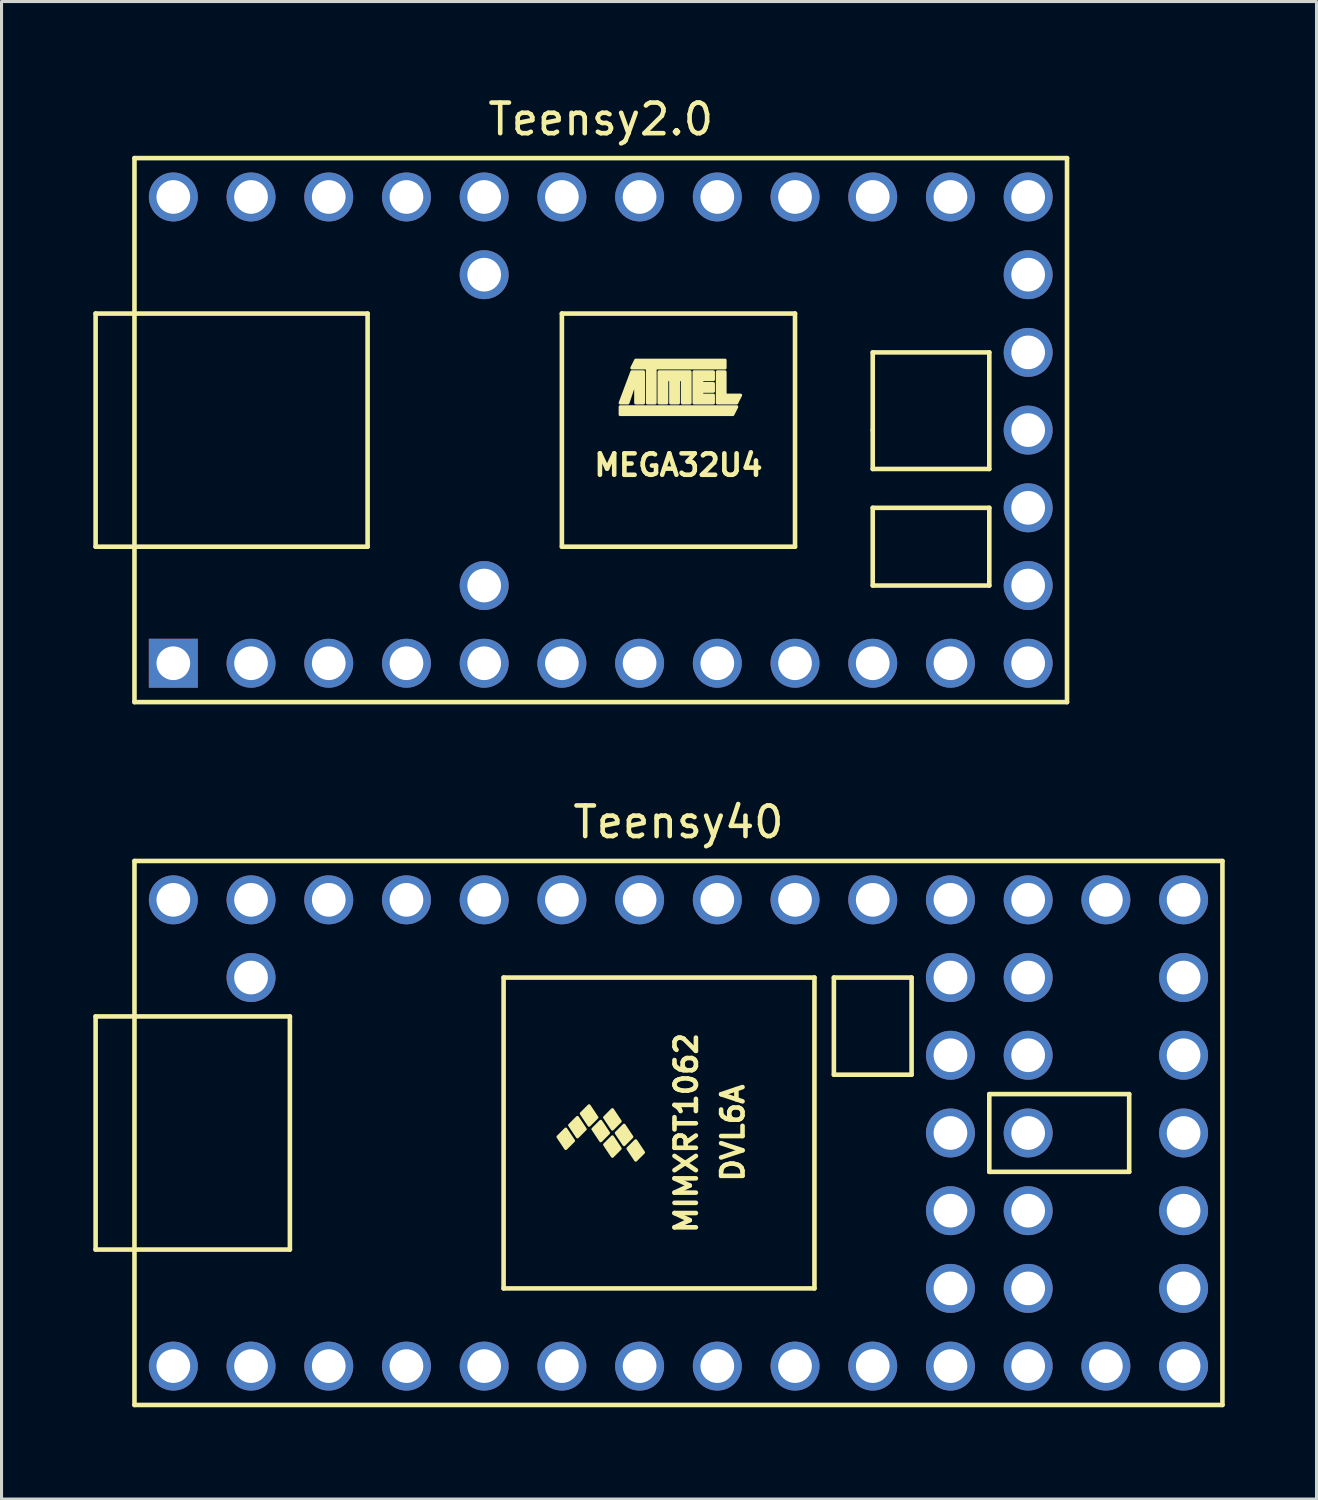
<source format=kicad_pcb>
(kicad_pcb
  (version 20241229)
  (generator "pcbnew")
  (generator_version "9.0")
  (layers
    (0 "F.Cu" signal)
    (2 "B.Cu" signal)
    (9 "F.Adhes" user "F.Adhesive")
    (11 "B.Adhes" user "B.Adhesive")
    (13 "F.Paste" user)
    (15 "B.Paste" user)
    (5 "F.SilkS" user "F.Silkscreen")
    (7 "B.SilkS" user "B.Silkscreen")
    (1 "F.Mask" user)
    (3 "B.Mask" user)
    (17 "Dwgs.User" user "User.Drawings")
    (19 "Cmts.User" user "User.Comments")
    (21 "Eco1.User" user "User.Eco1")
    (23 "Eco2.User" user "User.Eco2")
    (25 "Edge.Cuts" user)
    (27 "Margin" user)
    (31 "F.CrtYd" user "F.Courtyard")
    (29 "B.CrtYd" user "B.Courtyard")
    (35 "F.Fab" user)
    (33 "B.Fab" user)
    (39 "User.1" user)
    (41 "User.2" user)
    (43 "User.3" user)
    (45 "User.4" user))
  (footprint "Teensy40"
    (layer "F.Cu")
    (at 19.125 33.981)
    (property "Reference" "Teensy40" (at 0 -10.16 0) (layer "F.SilkS") (effects (font (size 1 1) (thickness 0.15))))
    (attr through_hole)
    (fp_line (start -19.05 -3.81) (end -17.78 -3.81) (stroke (width 0.15) (type solid)) (layer "F.SilkS"))
    (fp_line (start -19.05 3.81) (end -19.05 -3.81) (stroke (width 0.15) (type solid)) (layer "F.SilkS"))
    (fp_line (start -17.78 -8.89) (end 17.78 -8.89) (stroke (width 0.15) (type solid)) (layer "F.SilkS"))
    (fp_line (start -17.78 3.81) (end -19.05 3.81) (stroke (width 0.15) (type solid)) (layer "F.SilkS"))
    (fp_line (start -17.78 8.89) (end -17.78 -8.89) (stroke (width 0.15) (type solid)) (layer "F.SilkS"))
    (fp_line (start -12.7 -3.81) (end -17.78 -3.81) (stroke (width 0.15) (type solid)) (layer "F.SilkS"))
    (fp_line (start -12.7 3.81) (end -17.78 3.81) (stroke (width 0.15) (type solid)) (layer "F.SilkS"))
    (fp_line (start -12.7 3.81) (end -12.7 -3.81) (stroke (width 0.15) (type solid)) (layer "F.SilkS"))
    (fp_line (start -5.715 -5.08) (end -5.715 5.08) (stroke (width 0.15) (type solid)) (layer "F.SilkS"))
    (fp_line (start 4.445 -5.08) (end -5.715 -5.08) (stroke (width 0.15) (type solid)) (layer "F.SilkS"))
    (fp_line (start 4.445 5.08) (end -5.715 5.08) (stroke (width 0.15) (type solid)) (layer "F.SilkS"))
    (fp_line (start 4.445 5.08) (end 4.445 -5.08) (stroke (width 0.15) (type solid)) (layer "F.SilkS"))
    (fp_line (start 5.08 -5.08) (end 7.62 -5.08) (stroke (width 0.15) (type solid)) (layer "F.SilkS"))
    (fp_line (start 5.08 -1.905) (end 5.08 -5.08) (stroke (width 0.15) (type solid)) (layer "F.SilkS"))
    (fp_line (start 7.62 -5.08) (end 7.62 -1.905) (stroke (width 0.15) (type solid)) (layer "F.SilkS"))
    (fp_line (start 7.62 -1.905) (end 5.08 -1.905) (stroke (width 0.15) (type solid)) (layer "F.SilkS"))
    (fp_line (start 10.16 -1.27) (end 14.732 -1.27) (stroke (width 0.15) (type solid)) (layer "F.SilkS"))
    (fp_line (start 10.16 1.27) (end 10.16 -1.27) (stroke (width 0.15) (type solid)) (layer "F.SilkS"))
    (fp_line (start 14.732 -1.27) (end 14.732 1.27) (stroke (width 0.15) (type solid)) (layer "F.SilkS"))
    (fp_line (start 14.732 1.27) (end 10.16 1.27) (stroke (width 0.15) (type solid)) (layer "F.SilkS"))
    (fp_line (start 17.78 -8.89) (end 17.78 8.89) (stroke (width 0.15) (type solid)) (layer "F.SilkS"))
    (fp_line (start 17.78 8.89) (end -17.78 8.89) (stroke (width 0.15) (type solid)) (layer "F.SilkS"))
    (fp_poly (pts (xy -3.937 0.127) (xy -3.683 -0.127) (xy -3.429 0.254) (xy -3.683 0.508)) (stroke (width 0.1) (type solid)) (fill yes) (layer "F.SilkS"))
    (fp_poly (pts (xy -3.556 -0.254) (xy -3.302 -0.508) (xy -3.048 -0.127) (xy -3.302 0.127)) (stroke (width 0.1) (type solid)) (fill yes) (layer "F.SilkS"))
    (fp_poly (pts (xy -3.175 -0.635) (xy -2.921 -0.889) (xy -2.667 -0.508) (xy -2.921 -0.254)) (stroke (width 0.1) (type solid)) (fill yes) (layer "F.SilkS"))
    (fp_poly (pts (xy -2.794 -0.127) (xy -2.54 -0.381) (xy -2.286 0) (xy -2.54 0.254)) (stroke (width 0.1) (type solid)) (fill yes) (layer "F.SilkS"))
    (fp_poly (pts (xy -2.413 -0.508) (xy -2.159 -0.762) (xy -1.905 -0.381) (xy -2.159 -0.127)) (stroke (width 0.1) (type solid)) (fill yes) (layer "F.SilkS"))
    (fp_poly (pts (xy -2.413 0.381) (xy -2.159 0.127) (xy -1.905 0.508) (xy -2.159 0.762)) (stroke (width 0.1) (type solid)) (fill yes) (layer "F.SilkS"))
    (fp_poly (pts (xy -2.032 0) (xy -1.778 -0.254) (xy -1.524 0.127) (xy -1.778 0.381)) (stroke (width 0.1) (type solid)) (fill yes) (layer "F.SilkS"))
    (fp_poly (pts (xy -1.651 0.508) (xy -1.397 0.254) (xy -1.143 0.635) (xy -1.397 0.889)) (stroke (width 0.1) (type solid)) (fill yes) (layer "F.SilkS"))
    (fp_text user "DVL6A" (at 1.778 0 90) (layer "F.SilkS") (effects (font (size 0.7 0.7) (thickness 0.15))))
    (fp_text user "MIMXRT1062" (at 0.254 0 90) (layer "F.SilkS") (effects (font (size 0.7 0.7) (thickness 0.15))))
    (pad "1" thru_hole circle (at -16.51 7.62) (size 1.6 1.6) (drill 1.1) (layers "*.Cu" "*.Mask"))
    (pad "2" thru_hole circle (at -13.97 7.62) (size 1.6 1.6) (drill 1.1) (layers "*.Cu" "*.Mask"))
    (pad "3" thru_hole circle (at -11.43 7.62) (size 1.6 1.6) (drill 1.1) (layers "*.Cu" "*.Mask"))
    (pad "4" thru_hole circle (at -8.89 7.62) (size 1.6 1.6) (drill 1.1) (layers "*.Cu" "*.Mask"))
    (pad "5" thru_hole circle (at -6.35 7.62) (size 1.6 1.6) (drill 1.1) (layers "*.Cu" "*.Mask"))
    (pad "6" thru_hole circle (at -3.81 7.62) (size 1.6 1.6) (drill 1.1) (layers "*.Cu" "*.Mask"))
    (pad "7" thru_hole circle (at -1.27 7.62) (size 1.6 1.6) (drill 1.1) (layers "*.Cu" "*.Mask"))
    (pad "8" thru_hole circle (at 1.27 7.62) (size 1.6 1.6) (drill 1.1) (layers "*.Cu" "*.Mask"))
    (pad "9" thru_hole circle (at 3.81 7.62) (size 1.6 1.6) (drill 1.1) (layers "*.Cu" "*.Mask"))
    (pad "10" thru_hole circle (at 6.35 7.62) (size 1.6 1.6) (drill 1.1) (layers "*.Cu" "*.Mask"))
    (pad "11" thru_hole circle (at 8.89 7.62) (size 1.6 1.6) (drill 1.1) (layers "*.Cu" "*.Mask"))
    (pad "12" thru_hole circle (at 11.43 7.62) (size 1.6 1.6) (drill 1.1) (layers "*.Cu" "*.Mask"))
    (pad "13" thru_hole circle (at 13.97 7.62) (size 1.6 1.6) (drill 1.1) (layers "*.Cu" "*.Mask"))
    (pad "14" thru_hole circle (at 16.51 7.62) (size 1.6 1.6) (drill 1.1) (layers "*.Cu" "*.Mask"))
    (pad "15" thru_hole circle (at 16.51 5.08) (size 1.6 1.6) (drill 1.1) (layers "*.Cu" "*.Mask"))
    (pad "16" thru_hole circle (at 16.51 2.54) (size 1.6 1.6) (drill 1.1) (layers "*.Cu" "*.Mask"))
    (pad "17" thru_hole circle (at 16.51 0) (size 1.6 1.6) (drill 1.1) (layers "*.Cu" "*.Mask"))
    (pad "18" thru_hole circle (at 16.51 -2.54) (size 1.6 1.6) (drill 1.1) (layers "*.Cu" "*.Mask"))
    (pad "19" thru_hole circle (at 16.51 -5.08) (size 1.6 1.6) (drill 1.1) (layers "*.Cu" "*.Mask"))
    (pad "20" thru_hole circle (at 16.51 -7.62) (size 1.6 1.6) (drill 1.1) (layers "*.Cu" "*.Mask"))
    (pad "21" thru_hole circle (at 13.97 -7.62) (size 1.6 1.6) (drill 1.1) (layers "*.Cu" "*.Mask"))
    (pad "22" thru_hole circle (at 11.43 -7.62) (size 1.6 1.6) (drill 1.1) (layers "*.Cu" "*.Mask"))
    (pad "23" thru_hole circle (at 8.89 -7.62) (size 1.6 1.6) (drill 1.1) (layers "*.Cu" "*.Mask"))
    (pad "24" thru_hole circle (at 6.35 -7.62) (size 1.6 1.6) (drill 1.1) (layers "*.Cu" "*.Mask"))
    (pad "25" thru_hole circle (at 3.81 -7.62) (size 1.6 1.6) (drill 1.1) (layers "*.Cu" "*.Mask"))
    (pad "26" thru_hole circle (at 1.27 -7.62) (size 1.6 1.6) (drill 1.1) (layers "*.Cu" "*.Mask"))
    (pad "27" thru_hole circle (at -1.27 -7.62) (size 1.6 1.6) (drill 1.1) (layers "*.Cu" "*.Mask"))
    (pad "28" thru_hole circle (at -3.81 -7.62) (size 1.6 1.6) (drill 1.1) (layers "*.Cu" "*.Mask"))
    (pad "29" thru_hole circle (at -6.35 -7.62) (size 1.6 1.6) (drill 1.1) (layers "*.Cu" "*.Mask"))
    (pad "30" thru_hole circle (at -8.89 -7.62) (size 1.6 1.6) (drill 1.1) (layers "*.Cu" "*.Mask"))
    (pad "31" thru_hole circle (at -11.43 -7.62) (size 1.6 1.6) (drill 1.1) (layers "*.Cu" "*.Mask"))
    (pad "32" thru_hole circle (at -13.97 -7.62) (size 1.6 1.6) (drill 1.1) (layers "*.Cu" "*.Mask"))
    (pad "33" thru_hole circle (at -16.51 -7.62) (size 1.6 1.6) (drill 1.1) (layers "*.Cu" "*.Mask"))
    (pad "34" thru_hole circle (at -13.97 -5.08) (size 1.6 1.6) (drill 1.1) (layers "*.Cu" "*.Mask"))
    (pad "35" thru_hole circle (at 11.43 -5.08) (size 1.6 1.6) (drill 1.1) (layers "*.Cu" "*.Mask"))
    (pad "36" thru_hole circle (at 8.89 -5.08) (size 1.6 1.6) (drill 1.1) (layers "*.Cu" "*.Mask"))
    (pad "37" thru_hole circle (at 11.43 -2.54) (size 1.6 1.6) (drill 1.1) (layers "*.Cu" "*.Mask"))
    (pad "38" thru_hole circle (at 8.89 -2.54) (size 1.6 1.6) (drill 1.1) (layers "*.Cu" "*.Mask"))
    (pad "39" thru_hole circle (at 11.43 0) (size 1.6 1.6) (drill 1.1) (layers "*.Cu" "*.Mask"))
    (pad "40" thru_hole circle (at 8.89 0) (size 1.6 1.6) (drill 1.1) (layers "*.Cu" "*.Mask"))
    (pad "41" thru_hole circle (at 11.43 2.54) (size 1.6 1.6) (drill 1.1) (layers "*.Cu" "*.Mask"))
    (pad "42" thru_hole circle (at 8.89 2.54) (size 1.6 1.6) (drill 1.1) (layers "*.Cu" "*.Mask"))
    (pad "43" thru_hole circle (at 11.43 5.08) (size 1.6 1.6) (drill 1.1) (layers "*.Cu" "*.Mask"))
    (pad "44" thru_hole circle (at 8.89 5.08) (size 1.6 1.6) (drill 1.1) (layers "*.Cu" "*.Mask")))
  (footprint "Teensy2.0"
    (layer "F.Cu")
    (at 16.585 11.008)
    (property "Reference" "Teensy2.0" (at 0 -10.16 0) (layer "F.SilkS") (effects (font (size 1 1) (thickness 0.15))))
    (attr through_hole)
    (fp_line (start -16.51 -3.81) (end -7.62 -3.81) (stroke (width 0.15) (type solid)) (layer "F.SilkS"))
    (fp_line (start -16.51 3.81) (end -16.51 -3.81) (stroke (width 0.15) (type solid)) (layer "F.SilkS"))
    (fp_line (start -15.24 -8.89) (end 15.24 -8.89) (stroke (width 0.15) (type solid)) (layer "F.SilkS"))
    (fp_line (start -15.24 8.89) (end -15.24 -8.89) (stroke (width 0.15) (type solid)) (layer "F.SilkS"))
    (fp_line (start -7.62 -3.81) (end -7.62 3.81) (stroke (width 0.15) (type solid)) (layer "F.SilkS"))
    (fp_line (start -7.62 3.81) (end -16.51 3.81) (stroke (width 0.15) (type solid)) (layer "F.SilkS"))
    (fp_line (start -1.27 -3.81) (end -1.27 3.81) (stroke (width 0.15) (type solid)) (layer "F.SilkS"))
    (fp_line (start -1.27 3.81) (end 6.35 3.81) (stroke (width 0.15) (type solid)) (layer "F.SilkS"))
    (fp_line (start 6.35 -3.81) (end -1.27 -3.81) (stroke (width 0.15) (type solid)) (layer "F.SilkS"))
    (fp_line (start 6.35 3.81) (end 6.35 -3.81) (stroke (width 0.15) (type solid)) (layer "F.SilkS"))
    (fp_line (start 8.89 -2.54) (end 8.89 0) (stroke (width 0.15) (type solid)) (layer "F.SilkS"))
    (fp_line (start 8.89 0) (end 8.89 1.27) (stroke (width 0.15) (type solid)) (layer "F.SilkS"))
    (fp_line (start 8.89 1.27) (end 12.7 1.27) (stroke (width 0.15) (type solid)) (layer "F.SilkS"))
    (fp_line (start 8.89 2.54) (end 8.89 5.08) (stroke (width 0.15) (type solid)) (layer "F.SilkS"))
    (fp_line (start 8.89 5.08) (end 12.7 5.08) (stroke (width 0.15) (type solid)) (layer "F.SilkS"))
    (fp_line (start 12.7 -2.54) (end 8.89 -2.54) (stroke (width 0.15) (type solid)) (layer "F.SilkS"))
    (fp_line (start 12.7 1.27) (end 12.7 -2.54) (stroke (width 0.15) (type solid)) (layer "F.SilkS"))
    (fp_line (start 12.7 2.54) (end 8.89 2.54) (stroke (width 0.15) (type solid)) (layer "F.SilkS"))
    (fp_line (start 12.7 5.08) (end 12.7 2.54) (stroke (width 0.15) (type solid)) (layer "F.SilkS"))
    (fp_line (start 15.24 -8.89) (end 15.24 8.89) (stroke (width 0.15) (type solid)) (layer "F.SilkS"))
    (fp_line (start 15.24 8.89) (end -15.24 8.89) (stroke (width 0.15) (type solid)) (layer "F.SilkS"))
    (fp_poly (pts (xy 0.635 -0.762) (xy 4.445 -0.762) (xy 4.318 -0.508) (xy 0.635 -0.508)) (stroke (width 0.1) (type solid)) (fill yes) (layer "F.SilkS"))
    (fp_poly (pts (xy 3.81 -1.905) (xy 3.81 -0.889) (xy 4.445 -0.889) (xy 4.572 -1.143) (xy 4.064 -1.143) (xy 4.064 -1.905)) (stroke (width 0.1) (type solid)) (fill yes) (layer "F.SilkS"))
    (fp_poly (pts (xy 1.397 -0.889) (xy 1.397 -1.905) (xy 1.016 -1.905) (xy 0.635 -0.889) (xy 0.889 -0.889) (xy 1.143 -1.651) (xy 1.143 -0.889)) (stroke (width 0.1) (type solid)) (fill yes) (layer "F.SilkS"))
    (fp_poly (pts (xy 4.064 -2.032) (xy 1.778 -2.032) (xy 1.778 -0.889) (xy 1.524 -0.889) (xy 1.524 -2.032) (xy 1.016 -2.032) (xy 1.143 -2.286) (xy 4.064 -2.286)) (stroke (width 0.1) (type solid)) (fill yes) (layer "F.SilkS"))
    (fp_poly (pts (xy 2.921 -0.889) (xy 2.921 -1.905) (xy 1.905 -1.905) (xy 1.905 -0.889) (xy 2.159 -0.889) (xy 2.159 -1.651) (xy 2.286 -1.651) (xy 2.286 -0.889) (xy 2.54 -0.889) (xy 2.54 -1.651) (xy 2.667 -1.651) (xy 2.667 -0.889)) (stroke (width 0.1) (type solid)) (fill yes) (layer "F.SilkS"))
    (fp_poly (pts (xy 3.048 -1.905) (xy 3.683 -1.905) (xy 3.683 -1.651) (xy 3.302 -1.651) (xy 3.302 -1.524) (xy 3.683 -1.524) (xy 3.683 -1.27) (xy 3.302 -1.27) (xy 3.302 -1.143) (xy 3.683 -1.143) (xy 3.683 -0.889) (xy 3.048 -0.889)) (stroke (width 0.1) (type solid)) (fill yes) (layer "F.SilkS"))
    (fp_text user "MEGA32U4" (at 2.54 1.143 0) (layer "F.SilkS") (effects (font (size 0.7 0.7) (thickness 0.15))))
    (pad "1" thru_hole rect (at -13.97 7.62) (size 1.6 1.6) (drill 1.1) (layers "*.Cu" "*.Mask"))
    (pad "2" thru_hole circle (at -11.43 7.62) (size 1.6 1.6) (drill 1.1) (layers "*.Cu" "*.Mask"))
    (pad "3" thru_hole circle (at -8.89 7.62) (size 1.6 1.6) (drill 1.1) (layers "*.Cu" "*.Mask"))
    (pad "4" thru_hole circle (at -6.35 7.62) (size 1.6 1.6) (drill 1.1) (layers "*.Cu" "*.Mask"))
    (pad "5" thru_hole circle (at -3.81 7.62) (size 1.6 1.6) (drill 1.1) (layers "*.Cu" "*.Mask"))
    (pad "6" thru_hole circle (at -1.27 7.62) (size 1.6 1.6) (drill 1.1) (layers "*.Cu" "*.Mask"))
    (pad "7" thru_hole circle (at 1.27 7.62) (size 1.6 1.6) (drill 1.1) (layers "*.Cu" "*.Mask"))
    (pad "8" thru_hole circle (at 3.81 7.62) (size 1.6 1.6) (drill 1.1) (layers "*.Cu" "*.Mask"))
    (pad "9" thru_hole circle (at 6.35 7.62) (size 1.6 1.6) (drill 1.1) (layers "*.Cu" "*.Mask"))
    (pad "10" thru_hole circle (at 8.89 7.62) (size 1.6 1.6) (drill 1.1) (layers "*.Cu" "*.Mask"))
    (pad "11" thru_hole circle (at 11.43 7.62) (size 1.6 1.6) (drill 1.1) (layers "*.Cu" "*.Mask"))
    (pad "12" thru_hole circle (at 13.97 7.62) (size 1.6 1.6) (drill 1.1) (layers "*.Cu" "*.Mask"))
    (pad "13" thru_hole circle (at 13.97 5.08) (size 1.6 1.6) (drill 1.1) (layers "*.Cu" "*.Mask"))
    (pad "14" thru_hole circle (at 13.97 2.54) (size 1.6 1.6) (drill 1.1) (layers "*.Cu" "*.Mask"))
    (pad "15" thru_hole circle (at 13.97 0) (size 1.6 1.6) (drill 1.1) (layers "*.Cu" "*.Mask"))
    (pad "16" thru_hole circle (at 13.97 -2.54) (size 1.6 1.6) (drill 1.1) (layers "*.Cu" "*.Mask"))
    (pad "17" thru_hole circle (at 13.97 -5.08) (size 1.6 1.6) (drill 1.1) (layers "*.Cu" "*.Mask"))
    (pad "18" thru_hole circle (at 13.97 -7.62) (size 1.6 1.6) (drill 1.1) (layers "*.Cu" "*.Mask"))
    (pad "19" thru_hole circle (at 11.43 -7.62) (size 1.6 1.6) (drill 1.1) (layers "*.Cu" "*.Mask"))
    (pad "20" thru_hole circle (at 8.89 -7.62) (size 1.6 1.6) (drill 1.1) (layers "*.Cu" "*.Mask"))
    (pad "21" thru_hole circle (at 6.35 -7.62) (size 1.6 1.6) (drill 1.1) (layers "*.Cu" "*.Mask"))
    (pad "22" thru_hole circle (at 3.81 -7.62) (size 1.6 1.6) (drill 1.1) (layers "*.Cu" "*.Mask"))
    (pad "23" thru_hole circle (at 1.27 -7.62) (size 1.6 1.6) (drill 1.1) (layers "*.Cu" "*.Mask"))
    (pad "24" thru_hole circle (at -1.27 -7.62) (size 1.6 1.6) (drill 1.1) (layers "*.Cu" "*.Mask"))
    (pad "25" thru_hole circle (at -3.81 -7.62) (size 1.6 1.6) (drill 1.1) (layers "*.Cu" "*.Mask"))
    (pad "26" thru_hole circle (at -6.35 -7.62) (size 1.6 1.6) (drill 1.1) (layers "*.Cu" "*.Mask"))
    (pad "27" thru_hole circle (at -8.89 -7.62) (size 1.6 1.6) (drill 1.1) (layers "*.Cu" "*.Mask"))
    (pad "28" thru_hole circle (at -11.43 -7.62) (size 1.6 1.6) (drill 1.1) (layers "*.Cu" "*.Mask"))
    (pad "29" thru_hole circle (at -13.97 -7.62) (size 1.6 1.6) (drill 1.1) (layers "*.Cu" "*.Mask"))
    (pad "30" thru_hole circle (at -3.81 5.08) (size 1.6 1.6) (drill 1.1) (layers "*.Cu" "*.Mask"))
    (pad "31" thru_hole circle (at -3.81 -5.08) (size 1.6 1.6) (drill 1.1) (layers "*.Cu" "*.Mask")))
  (gr_rect
    (start -3 -3)
    (end 39.98 45.947)
    (stroke (width 0.1) (type default))
    (fill no)
    (layer "Edge.Cuts")))
</source>
